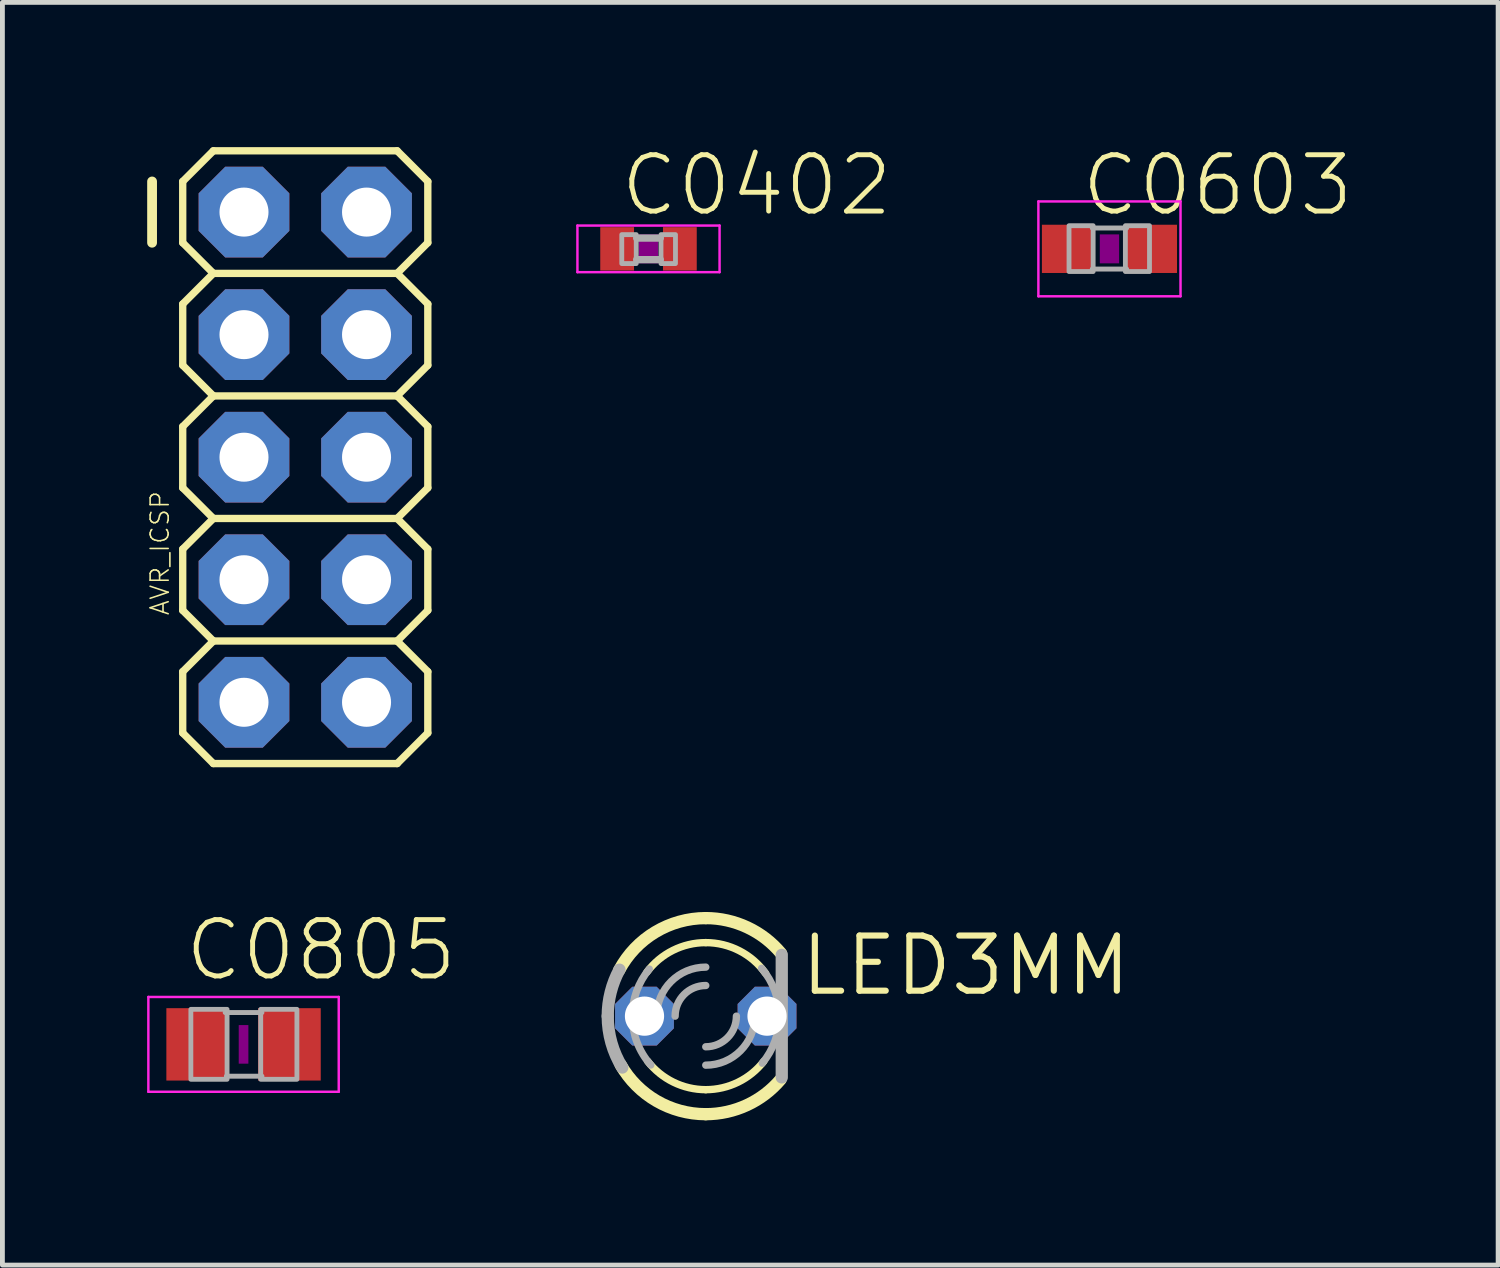
<source format=kicad_pcb>
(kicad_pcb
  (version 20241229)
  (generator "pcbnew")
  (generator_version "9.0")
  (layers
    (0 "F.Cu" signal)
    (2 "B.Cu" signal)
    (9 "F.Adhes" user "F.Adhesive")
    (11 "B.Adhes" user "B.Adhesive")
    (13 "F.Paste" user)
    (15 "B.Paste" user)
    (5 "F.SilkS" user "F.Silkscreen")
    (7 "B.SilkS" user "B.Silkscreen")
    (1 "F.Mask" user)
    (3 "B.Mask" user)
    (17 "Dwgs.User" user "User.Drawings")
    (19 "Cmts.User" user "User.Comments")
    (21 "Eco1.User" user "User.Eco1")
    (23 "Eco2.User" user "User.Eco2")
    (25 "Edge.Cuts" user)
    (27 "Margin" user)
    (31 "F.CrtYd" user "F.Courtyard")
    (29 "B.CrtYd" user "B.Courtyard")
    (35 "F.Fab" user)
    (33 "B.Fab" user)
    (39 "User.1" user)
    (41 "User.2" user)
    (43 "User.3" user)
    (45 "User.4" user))
  (footprint "AVR_ICSP"
    (layer "F.Cu")
    (at 3.277 6.426)
    (property "Reference" "AVR_ICSP" (at -2.794 3.302 90) (layer "F.SilkS") (effects (font (size 0.374 0.374) (thickness 0.033)) (justify left bottom)))
    (fp_line (start -3.175 -5.715) (end -3.175 -4.445) (stroke (width 0.203) (type solid)) (layer "F.SilkS"))
    (fp_line (start -2.54 -5.715) (end -2.54 -4.445) (stroke (width 0.152) (type solid)) (layer "F.SilkS"))
    (fp_line (start -2.54 -4.445) (end -1.905 -3.81) (stroke (width 0.152) (type solid)) (layer "F.SilkS"))
    (fp_line (start -2.54 -3.175) (end -2.54 -1.905) (stroke (width 0.152) (type solid)) (layer "F.SilkS"))
    (fp_line (start -2.54 -1.905) (end -1.905 -1.27) (stroke (width 0.152) (type solid)) (layer "F.SilkS"))
    (fp_line (start -2.54 -0.635) (end -2.54 0.635) (stroke (width 0.152) (type solid)) (layer "F.SilkS"))
    (fp_line (start -2.54 0.635) (end -1.905 1.27) (stroke (width 0.152) (type solid)) (layer "F.SilkS"))
    (fp_line (start -2.54 1.905) (end -2.54 3.175) (stroke (width 0.152) (type solid)) (layer "F.SilkS"))
    (fp_line (start -2.54 3.175) (end -1.905 3.81) (stroke (width 0.152) (type solid)) (layer "F.SilkS"))
    (fp_line (start -2.54 4.445) (end -2.54 5.715) (stroke (width 0.152) (type solid)) (layer "F.SilkS"))
    (fp_line (start -2.54 5.715) (end -1.905 6.35) (stroke (width 0.152) (type solid)) (layer "F.SilkS"))
    (fp_line (start -1.905 -6.35) (end -2.54 -5.715) (stroke (width 0.152) (type solid)) (layer "F.SilkS"))
    (fp_line (start -1.905 -6.35) (end 1.905 -6.35) (stroke (width 0.152) (type solid)) (layer "F.SilkS"))
    (fp_line (start -1.905 -3.81) (end -2.54 -3.175) (stroke (width 0.152) (type solid)) (layer "F.SilkS"))
    (fp_line (start -1.905 -1.27) (end -2.54 -0.635) (stroke (width 0.152) (type solid)) (layer "F.SilkS"))
    (fp_line (start -1.905 1.27) (end -2.54 1.905) (stroke (width 0.152) (type solid)) (layer "F.SilkS"))
    (fp_line (start -1.905 3.81) (end -2.54 4.445) (stroke (width 0.152) (type solid)) (layer "F.SilkS"))
    (fp_line (start 1.905 -6.35) (end 2.54 -5.715) (stroke (width 0.152) (type solid)) (layer "F.SilkS"))
    (fp_line (start 1.905 -3.81) (end -1.905 -3.81) (stroke (width 0.152) (type solid)) (layer "F.SilkS"))
    (fp_line (start 1.905 -3.81) (end 2.54 -3.175) (stroke (width 0.152) (type solid)) (layer "F.SilkS"))
    (fp_line (start 1.905 -1.27) (end -1.905 -1.27) (stroke (width 0.152) (type solid)) (layer "F.SilkS"))
    (fp_line (start 1.905 -1.27) (end 2.54 -0.635) (stroke (width 0.152) (type solid)) (layer "F.SilkS"))
    (fp_line (start 1.905 1.27) (end -1.905 1.27) (stroke (width 0.152) (type solid)) (layer "F.SilkS"))
    (fp_line (start 1.905 1.27) (end 2.54 1.905) (stroke (width 0.152) (type solid)) (layer "F.SilkS"))
    (fp_line (start 1.905 3.81) (end -1.905 3.81) (stroke (width 0.152) (type solid)) (layer "F.SilkS"))
    (fp_line (start 1.905 3.81) (end 2.54 4.445) (stroke (width 0.152) (type solid)) (layer "F.SilkS"))
    (fp_line (start 1.905 6.35) (end -1.905 6.35) (stroke (width 0.152) (type solid)) (layer "F.SilkS"))
    (fp_line (start 2.54 -5.715) (end 2.54 -4.445) (stroke (width 0.152) (type solid)) (layer "F.SilkS"))
    (fp_line (start 2.54 -4.445) (end 1.905 -3.81) (stroke (width 0.152) (type solid)) (layer "F.SilkS"))
    (fp_line (start 2.54 -3.175) (end 2.54 -1.905) (stroke (width 0.152) (type solid)) (layer "F.SilkS"))
    (fp_line (start 2.54 -1.905) (end 1.905 -1.27) (stroke (width 0.152) (type solid)) (layer "F.SilkS"))
    (fp_line (start 2.54 -0.635) (end 2.54 0.635) (stroke (width 0.152) (type solid)) (layer "F.SilkS"))
    (fp_line (start 2.54 0.635) (end 1.905 1.27) (stroke (width 0.152) (type solid)) (layer "F.SilkS"))
    (fp_line (start 2.54 1.905) (end 2.54 3.175) (stroke (width 0.152) (type solid)) (layer "F.SilkS"))
    (fp_line (start 2.54 3.175) (end 1.905 3.81) (stroke (width 0.152) (type solid)) (layer "F.SilkS"))
    (fp_line (start 2.54 4.445) (end 2.54 5.715) (stroke (width 0.152) (type solid)) (layer "F.SilkS"))
    (fp_line (start 2.54 5.715) (end 1.905 6.35) (stroke (width 0.152) (type solid)) (layer "F.SilkS"))
    (fp_poly (pts (xy -1.524 0.254) (xy -1.016 0.254) (xy -1.016 -0.254) (xy -1.524 -0.254)) (stroke (width 0) (type solid)) (fill yes) (layer "F.SilkS"))
    (fp_poly (pts (xy -1.524 -4.826) (xy -1.016 -4.826) (xy -1.016 -5.334) (xy -1.524 -5.334)) (stroke (width 0.1) (type solid)) (fill no) (layer "F.Fab"))
    (fp_poly (pts (xy -1.524 -2.286) (xy -1.016 -2.286) (xy -1.016 -2.794) (xy -1.524 -2.794)) (stroke (width 0.1) (type solid)) (fill no) (layer "F.Fab"))
    (fp_poly (pts (xy -1.524 2.794) (xy -1.016 2.794) (xy -1.016 2.286) (xy -1.524 2.286)) (stroke (width 0.1) (type solid)) (fill no) (layer "F.Fab"))
    (fp_poly (pts (xy -1.524 5.334) (xy -1.016 5.334) (xy -1.016 4.826) (xy -1.524 4.826)) (stroke (width 0.1) (type solid)) (fill no) (layer "F.Fab"))
    (fp_poly (pts (xy 1.016 -4.826) (xy 1.524 -4.826) (xy 1.524 -5.334) (xy 1.016 -5.334)) (stroke (width 0.1) (type solid)) (fill no) (layer "F.Fab"))
    (fp_poly (pts (xy 1.016 -2.286) (xy 1.524 -2.286) (xy 1.524 -2.794) (xy 1.016 -2.794)) (stroke (width 0.1) (type solid)) (fill no) (layer "F.Fab"))
    (fp_poly (pts (xy 1.016 0.254) (xy 1.524 0.254) (xy 1.524 -0.254) (xy 1.016 -0.254)) (stroke (width 0.1) (type solid)) (fill no) (layer "F.Fab"))
    (fp_poly (pts (xy 1.016 2.794) (xy 1.524 2.794) (xy 1.524 2.286) (xy 1.016 2.286)) (stroke (width 0.1) (type solid)) (fill no) (layer "F.Fab"))
    (fp_poly (pts (xy 1.016 5.334) (xy 1.524 5.334) (xy 1.524 4.826) (xy 1.016 4.826)) (stroke (width 0.1) (type solid)) (fill no) (layer "F.Fab"))
    (pad "1" thru_hole roundrect (at -1.27 -5.08 270) (size 1.88 1.88) (drill 1.016) (layers "*.Cu" "*.Mask") (roundrect_rratio 0.25) (chamfer_ratio 0.293) (chamfer top_left top_right bottom_left bottom_right))
    (pad "2" thru_hole roundrect (at 1.27 -5.08 270) (size 1.88 1.88) (drill 1.016) (layers "*.Cu" "*.Mask") (roundrect_rratio 0.25) (chamfer_ratio 0.293) (chamfer top_left top_right bottom_left bottom_right))
    (pad "3" thru_hole roundrect (at -1.27 -2.54 270) (size 1.88 1.88) (drill 1.016) (layers "*.Cu" "*.Mask") (roundrect_rratio 0.25) (chamfer_ratio 0.293) (chamfer top_left top_right bottom_left bottom_right))
    (pad "4" thru_hole roundrect (at 1.27 -2.54 270) (size 1.88 1.88) (drill 1.016) (layers "*.Cu" "*.Mask") (roundrect_rratio 0.25) (chamfer_ratio 0.293) (chamfer top_left top_right bottom_left bottom_right))
    (pad "5" thru_hole roundrect (at -1.27 0 270) (size 1.88 1.88) (drill 1.016) (layers "*.Cu" "*.Mask") (roundrect_rratio 0.25) (chamfer_ratio 0.293) (chamfer top_left top_right bottom_left bottom_right))
    (pad "6" thru_hole roundrect (at 1.27 0 270) (size 1.88 1.88) (drill 1.016) (layers "*.Cu" "*.Mask") (roundrect_rratio 0.25) (chamfer_ratio 0.293) (chamfer top_left top_right bottom_left bottom_right))
    (pad "7" thru_hole roundrect (at -1.27 2.54 270) (size 1.88 1.88) (drill 1.016) (layers "*.Cu" "*.Mask") (roundrect_rratio 0.25) (chamfer_ratio 0.293) (chamfer top_left top_right bottom_left bottom_right))
    (pad "8" thru_hole roundrect (at 1.27 2.54 270) (size 1.88 1.88) (drill 1.016) (layers "*.Cu" "*.Mask") (roundrect_rratio 0.25) (chamfer_ratio 0.293) (chamfer top_left top_right bottom_left bottom_right))
    (pad "9" thru_hole roundrect (at -1.27 5.08 270) (size 1.88 1.88) (drill 1.016) (layers "*.Cu" "*.Mask") (roundrect_rratio 0.25) (chamfer_ratio 0.293) (chamfer top_left top_right bottom_left bottom_right))
    (pad "10" thru_hole roundrect (at 1.27 5.08 270) (size 1.88 1.88) (drill 1.016) (layers "*.Cu" "*.Mask") (roundrect_rratio 0.25) (chamfer_ratio 0.293) (chamfer top_left top_right bottom_left bottom_right)))
  (footprint "LED3MM"
    (layer "F.Cu")
    (at 11.578 18.011)
    (property "Reference" "LED3MM" (at 1.905 -0.381 0) (layer "F.SilkS") (effects (font (size 1.143 1.143) (thickness 0.127)) (justify left bottom)))
    (fp_arc (start -1.7929 -0.9562) (mid -1.045438 -1.7424) (end 0 -2.032) (stroke (width 0.254) (type solid)) (layer "F.SilkS"))
    (fp_arc (start -1.2192 -0.9144) (mid -0.681554 -1.363107) (end 0 -1.524) (stroke (width 0.1524) (type solid)) (layer "F.SilkS"))
    (fp_arc (start 0 -2.032) (mid 0.861864 -1.840173) (end 1.561 -1.3009) (stroke (width 0.254) (type solid)) (layer "F.SilkS"))
    (fp_arc (start 0 -1.524) (mid 0.697339 -1.355082) (end 1.2401 -0.885801) (stroke (width 0.1524) (type solid)) (layer "F.SilkS"))
    (fp_arc (start 0 1.524) (mid -0.669593 1.369018) (end -1.203 0.9356) (stroke (width 0.1524) (type solid)) (layer "F.SilkS"))
    (fp_arc (start 0 2.032) (mid -1.019924 1.757525) (end -1.7643 1.0082) (stroke (width 0.254) (type solid)) (layer "F.SilkS"))
    (fp_arc (start 1.203 0.9356) (mid 0.669593 1.369018) (end 0 1.524) (stroke (width 0.1524) (type solid)) (layer "F.SilkS"))
    (fp_arc (start 1.5512 1.3126) (mid 0.854953 1.843405) (end 0 2.032) (stroke (width 0.254) (type solid)) (layer "F.SilkS"))
    (fp_line (start 1.575 1.27) (end 1.575 -1.27) (stroke (width 0.254) (type solid)) (layer "F.Fab"))
    (fp_arc (start -2.032 0) (mid -1.970339 -0.496775) (end -1.7891 -0.9634) (stroke (width 0.254) (type solid)) (layer "F.Fab"))
    (fp_arc (start -1.7306 1.065) (mid -1.95521 0.553417) (end -2.032 0) (stroke (width 0.254) (type solid)) (layer "F.Fab"))
    (fp_arc (start -1.524 0) (mid -1.432981 -0.518783) (end -1.1708 -0.9756) (stroke (width 0.1524) (type solid)) (layer "F.Fab"))
    (fp_arc (start -1.1391 1.0125) (mid -1.42454 0.5416) (end -1.524 0) (stroke (width 0.1524) (type solid)) (layer "F.Fab"))
    (fp_arc (start -1.016 0) (mid -0.71842 -0.71842) (end 0 -1.016) (stroke (width 0.1524) (type solid)) (layer "F.Fab"))
    (fp_arc (start -0.635 0) (mid -0.449013 -0.449013) (end 0 -0.635) (stroke (width 0.1524) (type solid)) (layer "F.Fab"))
    (fp_arc (start 0.635 0) (mid 0.449013 0.449013) (end 0 0.635) (stroke (width 0.1524) (type solid)) (layer "F.Fab"))
    (fp_arc (start 1.016 0) (mid 0.71842 0.71842) (end 0 1.016) (stroke (width 0.1524) (type solid)) (layer "F.Fab"))
    (fp_arc (start 1.1571 -0.9918) (mid 1.429332 -0.528744) (end 1.524 0) (stroke (width 0.1524) (type solid)) (layer "F.Fab"))
    (fp_arc (start 1.524 0) (mid 1.432981 0.518783) (end 1.1708 0.9756) (stroke (width 0.1524) (type solid)) (layer "F.Fab"))
    (pad "A" thru_hole roundrect (at -1.27 0) (size 1.219 1.219) (drill 0.813) (layers "*.Cu" "*.Mask") (roundrect_rratio 0.25) (chamfer_ratio 0.293) (chamfer top_left top_right bottom_left bottom_right))
    (pad "K" thru_hole roundrect (at 1.27 0) (size 1.219 1.219) (drill 0.813) (layers "*.Cu" "*.Mask") (roundrect_rratio 0.25) (chamfer_ratio 0.293) (chamfer top_left top_right bottom_left bottom_right)))
  (footprint "C0603"
    (layer "F.Cu")
    (at 19.945 2.108)
    (property "Reference" "C0603" (at -0.635 -0.635 0) (layer "F.SilkS") (effects (font (size 1.168 1.168) (thickness 0.102)) (justify left bottom)))
    (fp_poly (pts (xy -0.2 0.3) (xy 0.2 0.3) (xy 0.2 -0.3) (xy -0.2 -0.3)) (stroke (width 0) (type solid)) (fill yes) (layer "F.Adhes"))
    (fp_line (start -1.473 -0.983) (end 1.473 -0.983) (stroke (width 0.051) (type solid)) (layer "F.CrtYd"))
    (fp_line (start -1.473 0.983) (end -1.473 -0.983) (stroke (width 0.051) (type solid)) (layer "F.CrtYd"))
    (fp_line (start 1.473 -0.983) (end 1.473 0.983) (stroke (width 0.051) (type solid)) (layer "F.CrtYd"))
    (fp_line (start 1.473 0.983) (end -1.473 0.983) (stroke (width 0.051) (type solid)) (layer "F.CrtYd"))
    (fp_line (start -0.356 -0.432) (end 0.356 -0.432) (stroke (width 0.102) (type solid)) (layer "F.Fab"))
    (fp_line (start -0.356 0.419) (end 0.356 0.419) (stroke (width 0.102) (type solid)) (layer "F.Fab"))
    (fp_poly (pts (xy -0.838 0.47) (xy -0.338 0.47) (xy -0.338 -0.48) (xy -0.838 -0.48)) (stroke (width 0.1) (type solid)) (fill no) (layer "F.Fab"))
    (fp_poly (pts (xy 0.33 0.47) (xy 0.83 0.47) (xy 0.83 -0.48) (xy 0.33 -0.48)) (stroke (width 0.1) (type solid)) (fill no) (layer "F.Fab"))
    (pad "1" smd rect (at -0.85 0) (size 1.1 1) (layers "F.Cu" "F.Mask" "F.Paste"))
    (pad "2" smd rect (at 0.85 0) (size 1.1 1) (layers "F.Cu" "F.Mask" "F.Paste")))
  (footprint "C0402"
    (layer "F.Cu")
    (at 10.391 2.108)
    (property "Reference" "C0402" (at -0.635 -0.635 0) (layer "F.SilkS") (effects (font (size 1.168 1.168) (thickness 0.102)) (justify left bottom)))
    (fp_poly (pts (xy -0.2 0.3) (xy 0.2 0.3) (xy 0.2 -0.3) (xy -0.2 -0.3)) (stroke (width 0) (type solid)) (fill yes) (layer "F.Adhes"))
    (fp_line (start -1.473 -0.483) (end 1.473 -0.483) (stroke (width 0.051) (type solid)) (layer "F.CrtYd"))
    (fp_line (start -1.473 0.483) (end -1.473 -0.483) (stroke (width 0.051) (type solid)) (layer "F.CrtYd"))
    (fp_line (start 1.473 -0.483) (end 1.473 0.483) (stroke (width 0.051) (type solid)) (layer "F.CrtYd"))
    (fp_line (start 1.473 0.483) (end -1.473 0.483) (stroke (width 0.051) (type solid)) (layer "F.CrtYd"))
    (fp_line (start -0.245 -0.224) (end 0.245 -0.224) (stroke (width 0.152) (type solid)) (layer "F.Fab"))
    (fp_line (start 0.245 0.224) (end -0.245 0.224) (stroke (width 0.152) (type solid)) (layer "F.Fab"))
    (fp_poly (pts (xy -0.554 0.305) (xy -0.254 0.305) (xy -0.254 -0.295) (xy -0.554 -0.295)) (stroke (width 0.1) (type solid)) (fill no) (layer "F.Fab"))
    (fp_poly (pts (xy 0.259 0.305) (xy 0.559 0.305) (xy 0.559 -0.295) (xy 0.259 -0.295)) (stroke (width 0.1) (type solid)) (fill no) (layer "F.Fab"))
    (pad "1" smd rect (at -0.65 0) (size 0.7 0.9) (layers "F.Cu" "F.Mask" "F.Paste"))
    (pad "2" smd rect (at 0.65 0) (size 0.7 0.9) (layers "F.Cu" "F.Mask" "F.Paste")))
  (footprint "C0805"
    (layer "F.Cu")
    (at 1.998 18.596)
    (property "Reference" "C0805" (at -1.27 -1.27 0) (layer "F.SilkS") (effects (font (size 1.168 1.168) (thickness 0.102)) (justify left bottom)))
    (fp_poly (pts (xy -0.1 0.4) (xy 0.1 0.4) (xy 0.1 -0.4) (xy -0.1 -0.4)) (stroke (width 0) (type solid)) (fill yes) (layer "F.Adhes"))
    (fp_line (start -1.973 -0.983) (end 1.973 -0.983) (stroke (width 0.051) (type solid)) (layer "F.CrtYd"))
    (fp_line (start -1.973 0.983) (end -1.973 -0.983) (stroke (width 0.051) (type solid)) (layer "F.CrtYd"))
    (fp_line (start 1.973 -0.983) (end 1.973 0.983) (stroke (width 0.051) (type solid)) (layer "F.CrtYd"))
    (fp_line (start 1.973 0.983) (end -1.973 0.983) (stroke (width 0.051) (type solid)) (layer "F.CrtYd"))
    (fp_line (start -0.381 -0.66) (end 0.381 -0.66) (stroke (width 0.102) (type solid)) (layer "F.Fab"))
    (fp_line (start -0.356 0.66) (end 0.381 0.66) (stroke (width 0.102) (type solid)) (layer "F.Fab"))
    (fp_poly (pts (xy -1.092 0.724) (xy -0.342 0.724) (xy -0.342 -0.726) (xy -1.092 -0.726)) (stroke (width 0.1) (type solid)) (fill no) (layer "F.Fab"))
    (fp_poly (pts (xy 0.356 0.724) (xy 1.106 0.724) (xy 1.106 -0.726) (xy 0.356 -0.726)) (stroke (width 0.1) (type solid)) (fill no) (layer "F.Fab"))
    (pad "1" smd rect (at -0.95 0) (size 1.3 1.5) (layers "F.Cu" "F.Mask" "F.Paste"))
    (pad "2" smd rect (at 0.95 0) (size 1.3 1.5) (layers "F.Cu" "F.Mask" "F.Paste")))
  (gr_rect
    (start -3 -3)
    (end 28.001 23.17)
    (stroke (width 0.1) (type default))
    (fill no)
    (layer "Edge.Cuts")))
</source>
